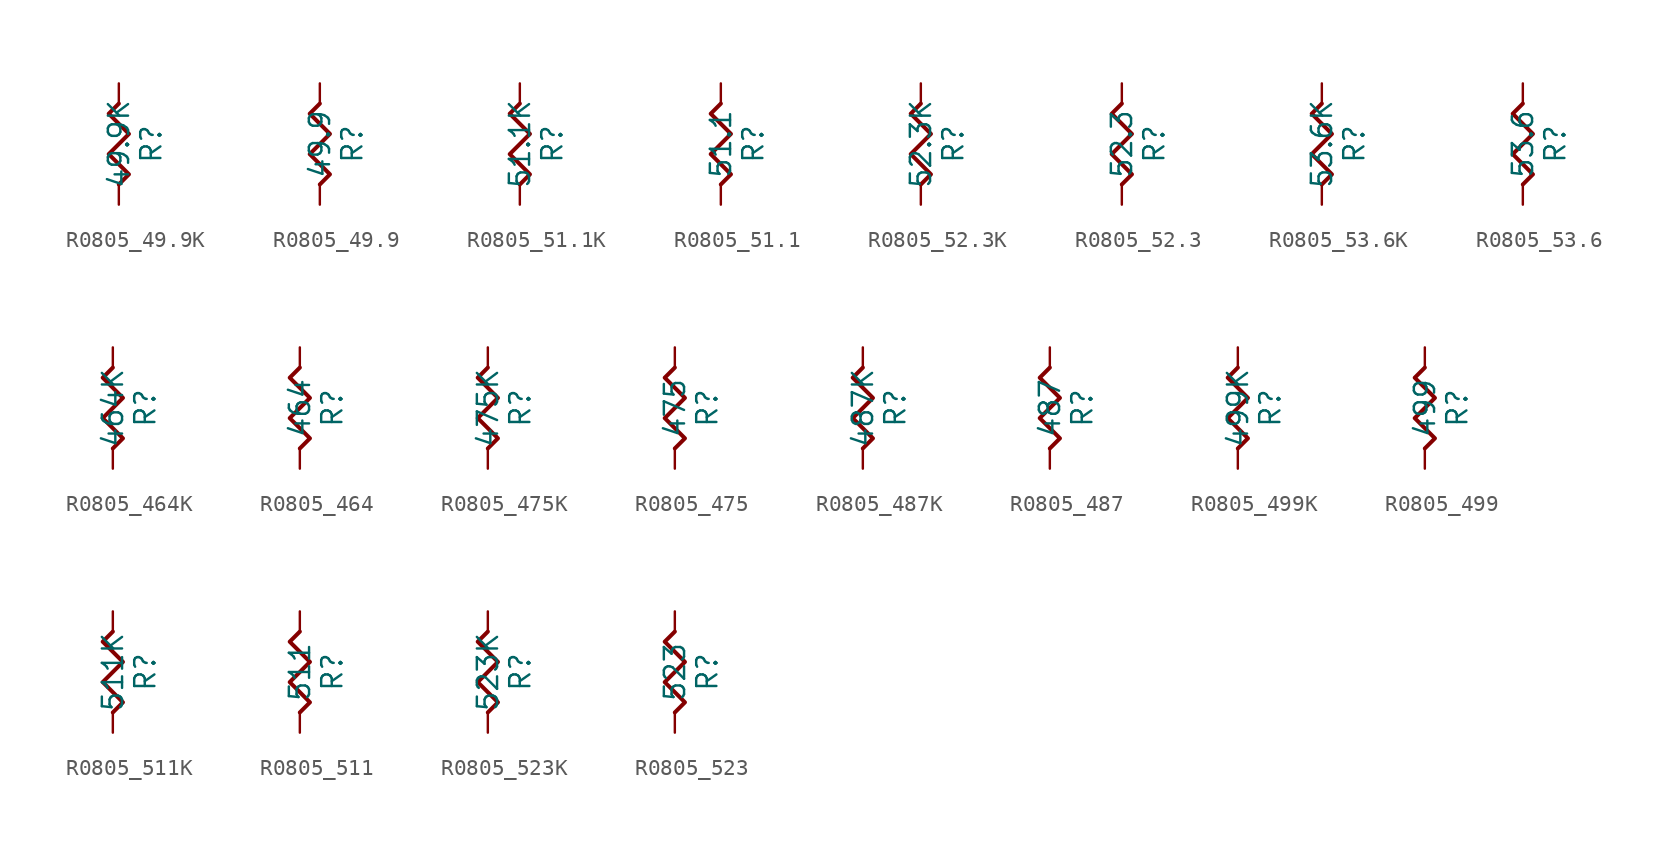
<source format=kicad_sym>
(kicad_symbol_lib
  (version 20211014)
  (generator atlantix-eda)
  (symbol "R0805_49.9K"
    (pin_numbers hide)
    (pin_names
      (offset 0))
    (property "Reference" "R"
      (at 2.032 0 90)
      (effects (font (size 1.27 1.27))))
    (property "Value" "49.9K"
      (at 0 0 90)
      (effects (font (size 1.27 1.27))))
    (symbol "R0805_49.9K_0_1"
      (polyline (pts (xy 0 -2.54) (xy 0.635 -1.905) (xy -0.635 -0.635) (xy 0.635 0.635) (xy -0.635 1.905) (xy 0 2.54)) (stroke (width 0.254) (type default) (color 0 0 0 0)) (fill (type none))))
    (symbol "R0805_49.9K_1_1"
      (pin passive line (at 0 3.81 270) (length 1.27) (name "~" (effects (font (size 1.27 1.27)))) (number "1" (effects (font (size 1.27 1.27)))))
      (pin passive line (at 0 -3.81 90) (length 1.27) (name "~" (effects (font (size 1.27 1.27)))) (number "2" (effects (font (size 1.27 1.27)))))))
  (symbol "R0805_49.9"
    (pin_numbers hide)
    (pin_names
      (offset 0))
    (property "Reference" "R"
      (at 2.032 0 90)
      (effects (font (size 1.27 1.27))))
    (property "Value" "49.9"
      (at 0 0 90)
      (effects (font (size 1.27 1.27))))
    (symbol "R0805_49.9_0_1"
      (polyline (pts (xy 0 -2.54) (xy 0.635 -1.905) (xy -0.635 -0.635) (xy 0.635 0.635) (xy -0.635 1.905) (xy 0 2.54)) (stroke (width 0.254) (type default) (color 0 0 0 0)) (fill (type none))))
    (symbol "R0805_49.9_1_1"
      (pin passive line (at 0 3.81 270) (length 1.27) (name "~" (effects (font (size 1.27 1.27)))) (number "1" (effects (font (size 1.27 1.27)))))
      (pin passive line (at 0 -3.81 90) (length 1.27) (name "~" (effects (font (size 1.27 1.27)))) (number "2" (effects (font (size 1.27 1.27)))))))
  (symbol "R0805_51.1K"
    (pin_numbers hide)
    (pin_names
      (offset 0))
    (property "Reference" "R"
      (at 2.032 0 90)
      (effects (font (size 1.27 1.27))))
    (property "Value" "51.1K"
      (at 0 0 90)
      (effects (font (size 1.27 1.27))))
    (symbol "R0805_51.1K_0_1"
      (polyline (pts (xy 0 -2.54) (xy 0.635 -1.905) (xy -0.635 -0.635) (xy 0.635 0.635) (xy -0.635 1.905) (xy 0 2.54)) (stroke (width 0.254) (type default) (color 0 0 0 0)) (fill (type none))))
    (symbol "R0805_51.1K_1_1"
      (pin passive line (at 0 3.81 270) (length 1.27) (name "~" (effects (font (size 1.27 1.27)))) (number "1" (effects (font (size 1.27 1.27)))))
      (pin passive line (at 0 -3.81 90) (length 1.27) (name "~" (effects (font (size 1.27 1.27)))) (number "2" (effects (font (size 1.27 1.27)))))))
  (symbol "R0805_51.1"
    (pin_numbers hide)
    (pin_names
      (offset 0))
    (property "Reference" "R"
      (at 2.032 0 90)
      (effects (font (size 1.27 1.27))))
    (property "Value" "51.1"
      (at 0 0 90)
      (effects (font (size 1.27 1.27))))
    (symbol "R0805_51.1_0_1"
      (polyline (pts (xy 0 -2.54) (xy 0.635 -1.905) (xy -0.635 -0.635) (xy 0.635 0.635) (xy -0.635 1.905) (xy 0 2.54)) (stroke (width 0.254) (type default) (color 0 0 0 0)) (fill (type none))))
    (symbol "R0805_51.1_1_1"
      (pin passive line (at 0 3.81 270) (length 1.27) (name "~" (effects (font (size 1.27 1.27)))) (number "1" (effects (font (size 1.27 1.27)))))
      (pin passive line (at 0 -3.81 90) (length 1.27) (name "~" (effects (font (size 1.27 1.27)))) (number "2" (effects (font (size 1.27 1.27)))))))
  (symbol "R0805_52.3K"
    (pin_numbers hide)
    (pin_names
      (offset 0))
    (property "Reference" "R"
      (at 2.032 0 90)
      (effects (font (size 1.27 1.27))))
    (property "Value" "52.3K"
      (at 0 0 90)
      (effects (font (size 1.27 1.27))))
    (symbol "R0805_52.3K_0_1"
      (polyline (pts (xy 0 -2.54) (xy 0.635 -1.905) (xy -0.635 -0.635) (xy 0.635 0.635) (xy -0.635 1.905) (xy 0 2.54)) (stroke (width 0.254) (type default) (color 0 0 0 0)) (fill (type none))))
    (symbol "R0805_52.3K_1_1"
      (pin passive line (at 0 3.81 270) (length 1.27) (name "~" (effects (font (size 1.27 1.27)))) (number "1" (effects (font (size 1.27 1.27)))))
      (pin passive line (at 0 -3.81 90) (length 1.27) (name "~" (effects (font (size 1.27 1.27)))) (number "2" (effects (font (size 1.27 1.27)))))))
  (symbol "R0805_52.3"
    (pin_numbers hide)
    (pin_names
      (offset 0))
    (property "Reference" "R"
      (at 2.032 0 90)
      (effects (font (size 1.27 1.27))))
    (property "Value" "52.3"
      (at 0 0 90)
      (effects (font (size 1.27 1.27))))
    (symbol "R0805_52.3_0_1"
      (polyline (pts (xy 0 -2.54) (xy 0.635 -1.905) (xy -0.635 -0.635) (xy 0.635 0.635) (xy -0.635 1.905) (xy 0 2.54)) (stroke (width 0.254) (type default) (color 0 0 0 0)) (fill (type none))))
    (symbol "R0805_52.3_1_1"
      (pin passive line (at 0 3.81 270) (length 1.27) (name "~" (effects (font (size 1.27 1.27)))) (number "1" (effects (font (size 1.27 1.27)))))
      (pin passive line (at 0 -3.81 90) (length 1.27) (name "~" (effects (font (size 1.27 1.27)))) (number "2" (effects (font (size 1.27 1.27)))))))
  (symbol "R0805_53.6K"
    (pin_numbers hide)
    (pin_names
      (offset 0))
    (property "Reference" "R"
      (at 2.032 0 90)
      (effects (font (size 1.27 1.27))))
    (property "Value" "53.6K"
      (at 0 0 90)
      (effects (font (size 1.27 1.27))))
    (symbol "R0805_53.6K_0_1"
      (polyline (pts (xy 0 -2.54) (xy 0.635 -1.905) (xy -0.635 -0.635) (xy 0.635 0.635) (xy -0.635 1.905) (xy 0 2.54)) (stroke (width 0.254) (type default) (color 0 0 0 0)) (fill (type none))))
    (symbol "R0805_53.6K_1_1"
      (pin passive line (at 0 3.81 270) (length 1.27) (name "~" (effects (font (size 1.27 1.27)))) (number "1" (effects (font (size 1.27 1.27)))))
      (pin passive line (at 0 -3.81 90) (length 1.27) (name "~" (effects (font (size 1.27 1.27)))) (number "2" (effects (font (size 1.27 1.27)))))))
  (symbol "R0805_53.6"
    (pin_numbers hide)
    (pin_names
      (offset 0))
    (property "Reference" "R"
      (at 2.032 0 90)
      (effects (font (size 1.27 1.27))))
    (property "Value" "53.6"
      (at 0 0 90)
      (effects (font (size 1.27 1.27))))
    (symbol "R0805_53.6_0_1"
      (polyline (pts (xy 0 -2.54) (xy 0.635 -1.905) (xy -0.635 -0.635) (xy 0.635 0.635) (xy -0.635 1.905) (xy 0 2.54)) (stroke (width 0.254) (type default) (color 0 0 0 0)) (fill (type none))))
    (symbol "R0805_53.6_1_1"
      (pin passive line (at 0 3.81 270) (length 1.27) (name "~" (effects (font (size 1.27 1.27)))) (number "1" (effects (font (size 1.27 1.27)))))
      (pin passive line (at 0 -3.81 90) (length 1.27) (name "~" (effects (font (size 1.27 1.27)))) (number "2" (effects (font (size 1.27 1.27)))))))
  (symbol "R0805_464K"
    (pin_numbers hide)
    (pin_names
      (offset 0))
    (property "Reference" "R"
      (at 2.032 0 90)
      (effects (font (size 1.27 1.27))))
    (property "Value" "464K"
      (at 0 0 90)
      (effects (font (size 1.27 1.27))))
    (symbol "R0805_464K_0_1"
      (polyline (pts (xy 0 -2.54) (xy 0.635 -1.905) (xy -0.635 -0.635) (xy 0.635 0.635) (xy -0.635 1.905) (xy 0 2.54)) (stroke (width 0.254) (type default) (color 0 0 0 0)) (fill (type none))))
    (symbol "R0805_464K_1_1"
      (pin passive line (at 0 3.81 270) (length 1.27) (name "~" (effects (font (size 1.27 1.27)))) (number "1" (effects (font (size 1.27 1.27)))))
      (pin passive line (at 0 -3.81 90) (length 1.27) (name "~" (effects (font (size 1.27 1.27)))) (number "2" (effects (font (size 1.27 1.27)))))))
  (symbol "R0805_464"
    (pin_numbers hide)
    (pin_names
      (offset 0))
    (property "Reference" "R"
      (at 2.032 0 90)
      (effects (font (size 1.27 1.27))))
    (property "Value" "464"
      (at 0 0 90)
      (effects (font (size 1.27 1.27))))
    (symbol "R0805_464_0_1"
      (polyline (pts (xy 0 -2.54) (xy 0.635 -1.905) (xy -0.635 -0.635) (xy 0.635 0.635) (xy -0.635 1.905) (xy 0 2.54)) (stroke (width 0.254) (type default) (color 0 0 0 0)) (fill (type none))))
    (symbol "R0805_464_1_1"
      (pin passive line (at 0 3.81 270) (length 1.27) (name "~" (effects (font (size 1.27 1.27)))) (number "1" (effects (font (size 1.27 1.27)))))
      (pin passive line (at 0 -3.81 90) (length 1.27) (name "~" (effects (font (size 1.27 1.27)))) (number "2" (effects (font (size 1.27 1.27)))))))
  (symbol "R0805_475K"
    (pin_numbers hide)
    (pin_names
      (offset 0))
    (property "Reference" "R"
      (at 2.032 0 90)
      (effects (font (size 1.27 1.27))))
    (property "Value" "475K"
      (at 0 0 90)
      (effects (font (size 1.27 1.27))))
    (symbol "R0805_475K_0_1"
      (polyline (pts (xy 0 -2.54) (xy 0.635 -1.905) (xy -0.635 -0.635) (xy 0.635 0.635) (xy -0.635 1.905) (xy 0 2.54)) (stroke (width 0.254) (type default) (color 0 0 0 0)) (fill (type none))))
    (symbol "R0805_475K_1_1"
      (pin passive line (at 0 3.81 270) (length 1.27) (name "~" (effects (font (size 1.27 1.27)))) (number "1" (effects (font (size 1.27 1.27)))))
      (pin passive line (at 0 -3.81 90) (length 1.27) (name "~" (effects (font (size 1.27 1.27)))) (number "2" (effects (font (size 1.27 1.27)))))))
  (symbol "R0805_475"
    (pin_numbers hide)
    (pin_names
      (offset 0))
    (property "Reference" "R"
      (at 2.032 0 90)
      (effects (font (size 1.27 1.27))))
    (property "Value" "475"
      (at 0 0 90)
      (effects (font (size 1.27 1.27))))
    (symbol "R0805_475_0_1"
      (polyline (pts (xy 0 -2.54) (xy 0.635 -1.905) (xy -0.635 -0.635) (xy 0.635 0.635) (xy -0.635 1.905) (xy 0 2.54)) (stroke (width 0.254) (type default) (color 0 0 0 0)) (fill (type none))))
    (symbol "R0805_475_1_1"
      (pin passive line (at 0 3.81 270) (length 1.27) (name "~" (effects (font (size 1.27 1.27)))) (number "1" (effects (font (size 1.27 1.27)))))
      (pin passive line (at 0 -3.81 90) (length 1.27) (name "~" (effects (font (size 1.27 1.27)))) (number "2" (effects (font (size 1.27 1.27)))))))
  (symbol "R0805_487K"
    (pin_numbers hide)
    (pin_names
      (offset 0))
    (property "Reference" "R"
      (at 2.032 0 90)
      (effects (font (size 1.27 1.27))))
    (property "Value" "487K"
      (at 0 0 90)
      (effects (font (size 1.27 1.27))))
    (symbol "R0805_487K_0_1"
      (polyline (pts (xy 0 -2.54) (xy 0.635 -1.905) (xy -0.635 -0.635) (xy 0.635 0.635) (xy -0.635 1.905) (xy 0 2.54)) (stroke (width 0.254) (type default) (color 0 0 0 0)) (fill (type none))))
    (symbol "R0805_487K_1_1"
      (pin passive line (at 0 3.81 270) (length 1.27) (name "~" (effects (font (size 1.27 1.27)))) (number "1" (effects (font (size 1.27 1.27)))))
      (pin passive line (at 0 -3.81 90) (length 1.27) (name "~" (effects (font (size 1.27 1.27)))) (number "2" (effects (font (size 1.27 1.27)))))))
  (symbol "R0805_487"
    (pin_numbers hide)
    (pin_names
      (offset 0))
    (property "Reference" "R"
      (at 2.032 0 90)
      (effects (font (size 1.27 1.27))))
    (property "Value" "487"
      (at 0 0 90)
      (effects (font (size 1.27 1.27))))
    (symbol "R0805_487_0_1"
      (polyline (pts (xy 0 -2.54) (xy 0.635 -1.905) (xy -0.635 -0.635) (xy 0.635 0.635) (xy -0.635 1.905) (xy 0 2.54)) (stroke (width 0.254) (type default) (color 0 0 0 0)) (fill (type none))))
    (symbol "R0805_487_1_1"
      (pin passive line (at 0 3.81 270) (length 1.27) (name "~" (effects (font (size 1.27 1.27)))) (number "1" (effects (font (size 1.27 1.27)))))
      (pin passive line (at 0 -3.81 90) (length 1.27) (name "~" (effects (font (size 1.27 1.27)))) (number "2" (effects (font (size 1.27 1.27)))))))
  (symbol "R0805_499K"
    (pin_numbers hide)
    (pin_names
      (offset 0))
    (property "Reference" "R"
      (at 2.032 0 90)
      (effects (font (size 1.27 1.27))))
    (property "Value" "499K"
      (at 0 0 90)
      (effects (font (size 1.27 1.27))))
    (symbol "R0805_499K_0_1"
      (polyline (pts (xy 0 -2.54) (xy 0.635 -1.905) (xy -0.635 -0.635) (xy 0.635 0.635) (xy -0.635 1.905) (xy 0 2.54)) (stroke (width 0.254) (type default) (color 0 0 0 0)) (fill (type none))))
    (symbol "R0805_499K_1_1"
      (pin passive line (at 0 3.81 270) (length 1.27) (name "~" (effects (font (size 1.27 1.27)))) (number "1" (effects (font (size 1.27 1.27)))))
      (pin passive line (at 0 -3.81 90) (length 1.27) (name "~" (effects (font (size 1.27 1.27)))) (number "2" (effects (font (size 1.27 1.27)))))))
  (symbol "R0805_499"
    (pin_numbers hide)
    (pin_names
      (offset 0))
    (property "Reference" "R"
      (at 2.032 0 90)
      (effects (font (size 1.27 1.27))))
    (property "Value" "499"
      (at 0 0 90)
      (effects (font (size 1.27 1.27))))
    (symbol "R0805_499_0_1"
      (polyline (pts (xy 0 -2.54) (xy 0.635 -1.905) (xy -0.635 -0.635) (xy 0.635 0.635) (xy -0.635 1.905) (xy 0 2.54)) (stroke (width 0.254) (type default) (color 0 0 0 0)) (fill (type none))))
    (symbol "R0805_499_1_1"
      (pin passive line (at 0 3.81 270) (length 1.27) (name "~" (effects (font (size 1.27 1.27)))) (number "1" (effects (font (size 1.27 1.27)))))
      (pin passive line (at 0 -3.81 90) (length 1.27) (name "~" (effects (font (size 1.27 1.27)))) (number "2" (effects (font (size 1.27 1.27)))))))
  (symbol "R0805_511K"
    (pin_numbers hide)
    (pin_names
      (offset 0))
    (property "Reference" "R"
      (at 2.032 0 90)
      (effects (font (size 1.27 1.27))))
    (property "Value" "511K"
      (at 0 0 90)
      (effects (font (size 1.27 1.27))))
    (symbol "R0805_511K_0_1"
      (polyline (pts (xy 0 -2.54) (xy 0.635 -1.905) (xy -0.635 -0.635) (xy 0.635 0.635) (xy -0.635 1.905) (xy 0 2.54)) (stroke (width 0.254) (type default) (color 0 0 0 0)) (fill (type none))))
    (symbol "R0805_511K_1_1"
      (pin passive line (at 0 3.81 270) (length 1.27) (name "~" (effects (font (size 1.27 1.27)))) (number "1" (effects (font (size 1.27 1.27)))))
      (pin passive line (at 0 -3.81 90) (length 1.27) (name "~" (effects (font (size 1.27 1.27)))) (number "2" (effects (font (size 1.27 1.27)))))))
  (symbol "R0805_511"
    (pin_numbers hide)
    (pin_names
      (offset 0))
    (property "Reference" "R"
      (at 2.032 0 90)
      (effects (font (size 1.27 1.27))))
    (property "Value" "511"
      (at 0 0 90)
      (effects (font (size 1.27 1.27))))
    (symbol "R0805_511_0_1"
      (polyline (pts (xy 0 -2.54) (xy 0.635 -1.905) (xy -0.635 -0.635) (xy 0.635 0.635) (xy -0.635 1.905) (xy 0 2.54)) (stroke (width 0.254) (type default) (color 0 0 0 0)) (fill (type none))))
    (symbol "R0805_511_1_1"
      (pin passive line (at 0 3.81 270) (length 1.27) (name "~" (effects (font (size 1.27 1.27)))) (number "1" (effects (font (size 1.27 1.27)))))
      (pin passive line (at 0 -3.81 90) (length 1.27) (name "~" (effects (font (size 1.27 1.27)))) (number "2" (effects (font (size 1.27 1.27)))))))
  (symbol "R0805_523K"
    (pin_numbers hide)
    (pin_names
      (offset 0))
    (property "Reference" "R"
      (at 2.032 0 90)
      (effects (font (size 1.27 1.27))))
    (property "Value" "523K"
      (at 0 0 90)
      (effects (font (size 1.27 1.27))))
    (symbol "R0805_523K_0_1"
      (polyline (pts (xy 0 -2.54) (xy 0.635 -1.905) (xy -0.635 -0.635) (xy 0.635 0.635) (xy -0.635 1.905) (xy 0 2.54)) (stroke (width 0.254) (type default) (color 0 0 0 0)) (fill (type none))))
    (symbol "R0805_523K_1_1"
      (pin passive line (at 0 3.81 270) (length 1.27) (name "~" (effects (font (size 1.27 1.27)))) (number "1" (effects (font (size 1.27 1.27)))))
      (pin passive line (at 0 -3.81 90) (length 1.27) (name "~" (effects (font (size 1.27 1.27)))) (number "2" (effects (font (size 1.27 1.27)))))))
  (symbol "R0805_523"
    (pin_numbers hide)
    (pin_names
      (offset 0))
    (property "Reference" "R"
      (at 2.032 0 90)
      (effects (font (size 1.27 1.27))))
    (property "Value" "523"
      (at 0 0 90)
      (effects (font (size 1.27 1.27))))
    (symbol "R0805_523_0_1"
      (polyline (pts (xy 0 -2.54) (xy 0.635 -1.905) (xy -0.635 -0.635) (xy 0.635 0.635) (xy -0.635 1.905) (xy 0 2.54)) (stroke (width 0.254) (type default) (color 0 0 0 0)) (fill (type none))))
    (symbol "R0805_523_1_1"
      (pin passive line (at 0 3.81 270) (length 1.27) (name "~" (effects (font (size 1.27 1.27)))) (number "1" (effects (font (size 1.27 1.27)))))
      (pin passive line (at 0 -3.81 90) (length 1.27) (name "~" (effects (font (size 1.27 1.27)))) (number "2" (effects (font (size 1.27 1.27))))))))
</source>
